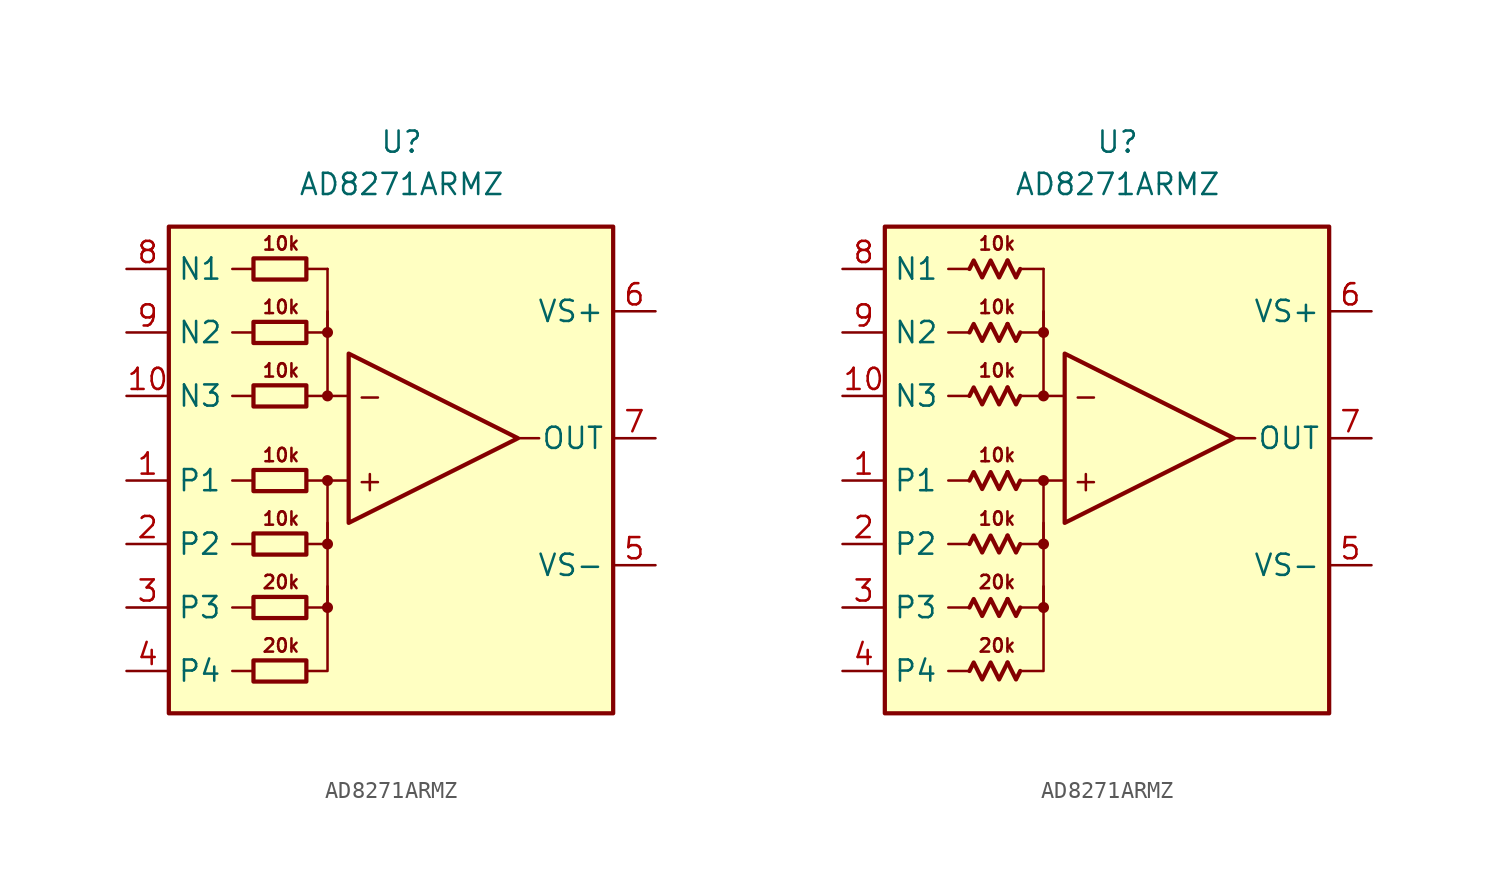
<source format=kicad_sym>
(kicad_symbol_lib
  (version 20231120)
  (generator "kicad_symbol_editor")
  (generator_version "8.0")
  (symbol "AD8271ARMZ"
    (property "Reference" "U"
      (at 0 20.32 0)
      (effects (font (size 1.27 1.27))))
    (property "Value" "AD8271ARMZ"
      (at 0 17.78 0)
      (effects (font (size 1.27 1.27))))
    (symbol "AD8271ARMZ_0_0"
      (rectangle (start -13.97 15.24) (end 12.7 -13.97) (stroke (width 0.254) (type default)) (fill (type background)))
      (circle (center -4.445 -7.62) (radius 0.254) (stroke (width 0.152) (type default)) (fill (type outline)))
      (circle (center -4.445 -3.81) (radius 0.254) (stroke (width 0.152) (type default)) (fill (type outline)))
      (circle (center -4.445 0) (radius 0.254) (stroke (width 0.152) (type default)) (fill (type outline)))
      (circle (center -4.445 5.08) (radius 0.254) (stroke (width 0.152) (type default)) (fill (type outline)))
      (circle (center -4.445 8.89) (radius 0.254) (stroke (width 0.152) (type default)) (fill (type outline)))
      (polyline (pts (xy -8.89 -11.43) (xy -10.16 -11.43)) (stroke (width 0.152) (type default)) (fill (type none)))
      (polyline (pts (xy -8.89 -7.62) (xy -10.16 -7.62)) (stroke (width 0.152) (type default)) (fill (type none)))
      (polyline (pts (xy -8.89 -3.81) (xy -10.16 -3.81)) (stroke (width 0.152) (type default)) (fill (type none)))
      (polyline (pts (xy -8.89 0) (xy -10.16 0)) (stroke (width 0.152) (type default)) (fill (type none)))
      (polyline (pts (xy -8.89 5.08) (xy -10.16 5.08)) (stroke (width 0.152) (type default)) (fill (type none)))
      (polyline (pts (xy -8.89 8.89) (xy -10.16 8.89)) (stroke (width 0.152) (type default)) (fill (type none)))
      (polyline (pts (xy -8.89 12.7) (xy -10.16 12.7)) (stroke (width 0.152) (type default)) (fill (type none)))
      (polyline (pts (xy -4.445 5.08) (xy -4.445 10.16)) (stroke (width 0.152) (type default)) (fill (type none)))
      (polyline (pts (xy -4.445 12.7) (xy -5.715 12.7)) (stroke (width 0.152) (type default)) (fill (type none)))
      (polyline (pts (xy -3.175 0) (xy -5.715 0)) (stroke (width 0.152) (type default)) (fill (type none)))
      (polyline (pts (xy -3.175 5.08) (xy -5.715 5.08)) (stroke (width 0.152) (type default)) (fill (type none)))
      (polyline (pts (xy 6.985 2.54) (xy 8.255 2.54)) (stroke (width 0.152) (type default)) (fill (type none)))
      (polyline (pts (xy -5.715 -11.43) (xy -4.445 -11.43) (xy -4.445 -6.35)) (stroke (width 0.152) (type default)) (fill (type none)))
      (polyline (pts (xy -5.715 -7.62) (xy -4.445 -7.62) (xy -4.445 -2.54)) (stroke (width 0.152) (type default)) (fill (type none)))
      (polyline (pts (xy -5.715 -3.81) (xy -4.445 -3.81) (xy -4.445 0)) (stroke (width 0.152) (type default)) (fill (type none)))
      (polyline (pts (xy -4.445 12.7) (xy -4.445 8.89) (xy -5.715 8.89)) (stroke (width 0.152) (type default)) (fill (type none)))
      (polyline (pts (xy -3.175 7.62) (xy -3.175 -2.54) (xy 6.985 2.54) (xy -3.175 7.62)) (stroke (width 0.254) (type default)) (fill (type none)))
      (text "+" (at -1.905 0 0) (effects (font (size 1.27 1.27))))
      (text "-" (at -1.905 5.08 0) (effects (font (size 1.27 1.27))))
      (text "10k" (at -7.239 -2.286 0) (effects (font (size 0.8 0.8))))
      (text "10k" (at -7.239 1.524 0) (effects (font (size 0.8 0.8))))
      (text "10k" (at -7.239 6.604 0) (effects (font (size 0.8 0.8))))
      (text "10k" (at -7.239 10.414 0) (effects (font (size 0.8 0.8))))
      (text "10k" (at -7.239 14.224 0) (effects (font (size 0.8 0.8))))
      (text "20k" (at -7.239 -9.906 0) (effects (font (size 0.8 0.8))))
      (text "20k" (at -7.239 -6.096 0) (effects (font (size 0.8 0.8)))))
    (symbol "AD8271ARMZ_0_1"
      (rectangle (start -8.89 -10.795) (end -5.715 -12.065) (stroke (width 0.254) (type default)) (fill (type none)))
      (rectangle (start -8.89 -6.985) (end -5.715 -8.255) (stroke (width 0.254) (type default)) (fill (type none)))
      (rectangle (start -8.89 -3.175) (end -5.715 -4.445) (stroke (width 0.254) (type default)) (fill (type none)))
      (rectangle (start -8.89 0.635) (end -5.715 -0.635) (stroke (width 0.254) (type default)) (fill (type none)))
      (rectangle (start -8.89 5.715) (end -5.715 4.445) (stroke (width 0.254) (type default)) (fill (type none)))
      (rectangle (start -8.89 9.525) (end -5.715 8.255) (stroke (width 0.254) (type default)) (fill (type none)))
      (rectangle (start -8.89 13.335) (end -5.715 12.065) (stroke (width 0.254) (type default)) (fill (type none))))
    (symbol "AD8271ARMZ_0_2"
      (polyline (pts (xy -6.604 -10.922) (xy -6.096 -11.938) (xy -5.842 -11.43)) (stroke (width 0.254) (type default)) (fill (type none)))
      (polyline (pts (xy -6.604 -7.112) (xy -6.096 -8.128) (xy -5.842 -7.62)) (stroke (width 0.254) (type default)) (fill (type none)))
      (polyline (pts (xy -6.604 -3.302) (xy -6.096 -4.318) (xy -5.842 -3.81)) (stroke (width 0.254) (type default)) (fill (type none)))
      (polyline (pts (xy -6.604 0.508) (xy -6.096 -0.508) (xy -5.842 0)) (stroke (width 0.254) (type default)) (fill (type none)))
      (polyline (pts (xy -6.604 5.588) (xy -6.096 4.572) (xy -5.842 5.08)) (stroke (width 0.254) (type default)) (fill (type none)))
      (polyline (pts (xy -6.604 9.398) (xy -6.096 8.382) (xy -5.842 8.89)) (stroke (width 0.254) (type default)) (fill (type none)))
      (polyline (pts (xy -6.604 13.208) (xy -6.096 12.192) (xy -5.842 12.7)) (stroke (width 0.254) (type default)) (fill (type none)))
      (polyline (pts (xy -8.89 -11.43) (xy -8.636 -10.922) (xy -8.128 -11.938) (xy -7.62 -10.922) (xy -7.112 -11.938) (xy -6.604 -10.922)) (stroke (width 0.254) (type default)) (fill (type none)))
      (polyline (pts (xy -8.89 -7.62) (xy -8.636 -7.112) (xy -8.128 -8.128) (xy -7.62 -7.112) (xy -7.112 -8.128) (xy -6.604 -7.112)) (stroke (width 0.254) (type default)) (fill (type none)))
      (polyline (pts (xy -8.89 -3.81) (xy -8.636 -3.302) (xy -8.128 -4.318) (xy -7.62 -3.302) (xy -7.112 -4.318) (xy -6.604 -3.302)) (stroke (width 0.254) (type default)) (fill (type none)))
      (polyline (pts (xy -8.89 0) (xy -8.636 0.508) (xy -8.128 -0.508) (xy -7.62 0.508) (xy -7.112 -0.508) (xy -6.604 0.508)) (stroke (width 0.254) (type default)) (fill (type none)))
      (polyline (pts (xy -8.89 5.08) (xy -8.636 5.588) (xy -8.128 4.572) (xy -7.62 5.588) (xy -7.112 4.572) (xy -6.604 5.588)) (stroke (width 0.254) (type default)) (fill (type none)))
      (polyline (pts (xy -8.89 8.89) (xy -8.636 9.398) (xy -8.128 8.382) (xy -7.62 9.398) (xy -7.112 8.382) (xy -6.604 9.398)) (stroke (width 0.254) (type default)) (fill (type none)))
      (polyline (pts (xy -8.89 12.7) (xy -8.636 13.208) (xy -8.128 12.192) (xy -7.62 13.208) (xy -7.112 12.192) (xy -6.604 13.208)) (stroke (width 0.254) (type default)) (fill (type none))))
    (symbol "AD8271ARMZ_1_1"
      (pin input line (at -16.51 0 0) (length 2.54) (name "P1" (effects (font (size 1.27 1.27)))) (number "1" (effects (font (size 1.27 1.27)))))
      (pin input line (at -16.51 5.08 0) (length 2.54) (name "N3" (effects (font (size 1.27 1.27)))) (number "10" (effects (font (size 1.27 1.27)))))
      (pin input line (at -16.51 -3.81 0) (length 2.54) (name "P2" (effects (font (size 1.27 1.27)))) (number "2" (effects (font (size 1.27 1.27)))))
      (pin input line (at -16.51 -7.62 0) (length 2.54) (name "P3" (effects (font (size 1.27 1.27)))) (number "3" (effects (font (size 1.27 1.27)))))
      (pin input line (at -16.51 -11.43 0) (length 2.54) (name "P4" (effects (font (size 1.27 1.27)))) (number "4" (effects (font (size 1.27 1.27)))))
      (pin power_in line (at 15.24 -5.08 180) (length 2.54) (name "VS-" (effects (font (size 1.27 1.27)))) (number "5" (effects (font (size 1.27 1.27)))))
      (pin power_in line (at 15.24 10.16 180) (length 2.54) (name "VS+" (effects (font (size 1.27 1.27)))) (number "6" (effects (font (size 1.27 1.27)))))
      (pin output line (at 15.24 2.54 180) (length 2.54) (name "OUT" (effects (font (size 1.27 1.27)))) (number "7" (effects (font (size 1.27 1.27)))))
      (pin input line (at -16.51 12.7 0) (length 2.54) (name "N1" (effects (font (size 1.27 1.27)))) (number "8" (effects (font (size 1.27 1.27)))))
      (pin input line (at -16.51 8.89 0) (length 2.54) (name "N2" (effects (font (size 1.27 1.27)))) (number "9" (effects (font (size 1.27 1.27))))))
    (symbol "AD8271ARMZ_1_2"
      (pin input line (at -16.51 0 0) (length 2.54) (name "P1" (effects (font (size 1.27 1.27)))) (number "1" (effects (font (size 1.27 1.27)))))
      (pin input line (at -16.51 5.08 0) (length 2.54) (name "N3" (effects (font (size 1.27 1.27)))) (number "10" (effects (font (size 1.27 1.27)))))
      (pin input line (at -16.51 -3.81 0) (length 2.54) (name "P2" (effects (font (size 1.27 1.27)))) (number "2" (effects (font (size 1.27 1.27)))))
      (pin input line (at -16.51 -7.62 0) (length 2.54) (name "P3" (effects (font (size 1.27 1.27)))) (number "3" (effects (font (size 1.27 1.27)))))
      (pin input line (at -16.51 -11.43 0) (length 2.54) (name "P4" (effects (font (size 1.27 1.27)))) (number "4" (effects (font (size 1.27 1.27)))))
      (pin power_in line (at 15.24 -5.08 180) (length 2.54) (name "VS-" (effects (font (size 1.27 1.27)))) (number "5" (effects (font (size 1.27 1.27)))))
      (pin power_in line (at 15.24 10.16 180) (length 2.54) (name "VS+" (effects (font (size 1.27 1.27)))) (number "6" (effects (font (size 1.27 1.27)))))
      (pin output line (at 15.24 2.54 180) (length 2.54) (name "OUT" (effects (font (size 1.27 1.27)))) (number "7" (effects (font (size 1.27 1.27)))))
      (pin input line (at -16.51 12.7 0) (length 2.54) (name "N1" (effects (font (size 1.27 1.27)))) (number "8" (effects (font (size 1.27 1.27)))))
      (pin input line (at -16.51 8.89 0) (length 2.54) (name "N2" (effects (font (size 1.27 1.27)))) (number "9" (effects (font (size 1.27 1.27))))))))
</source>
